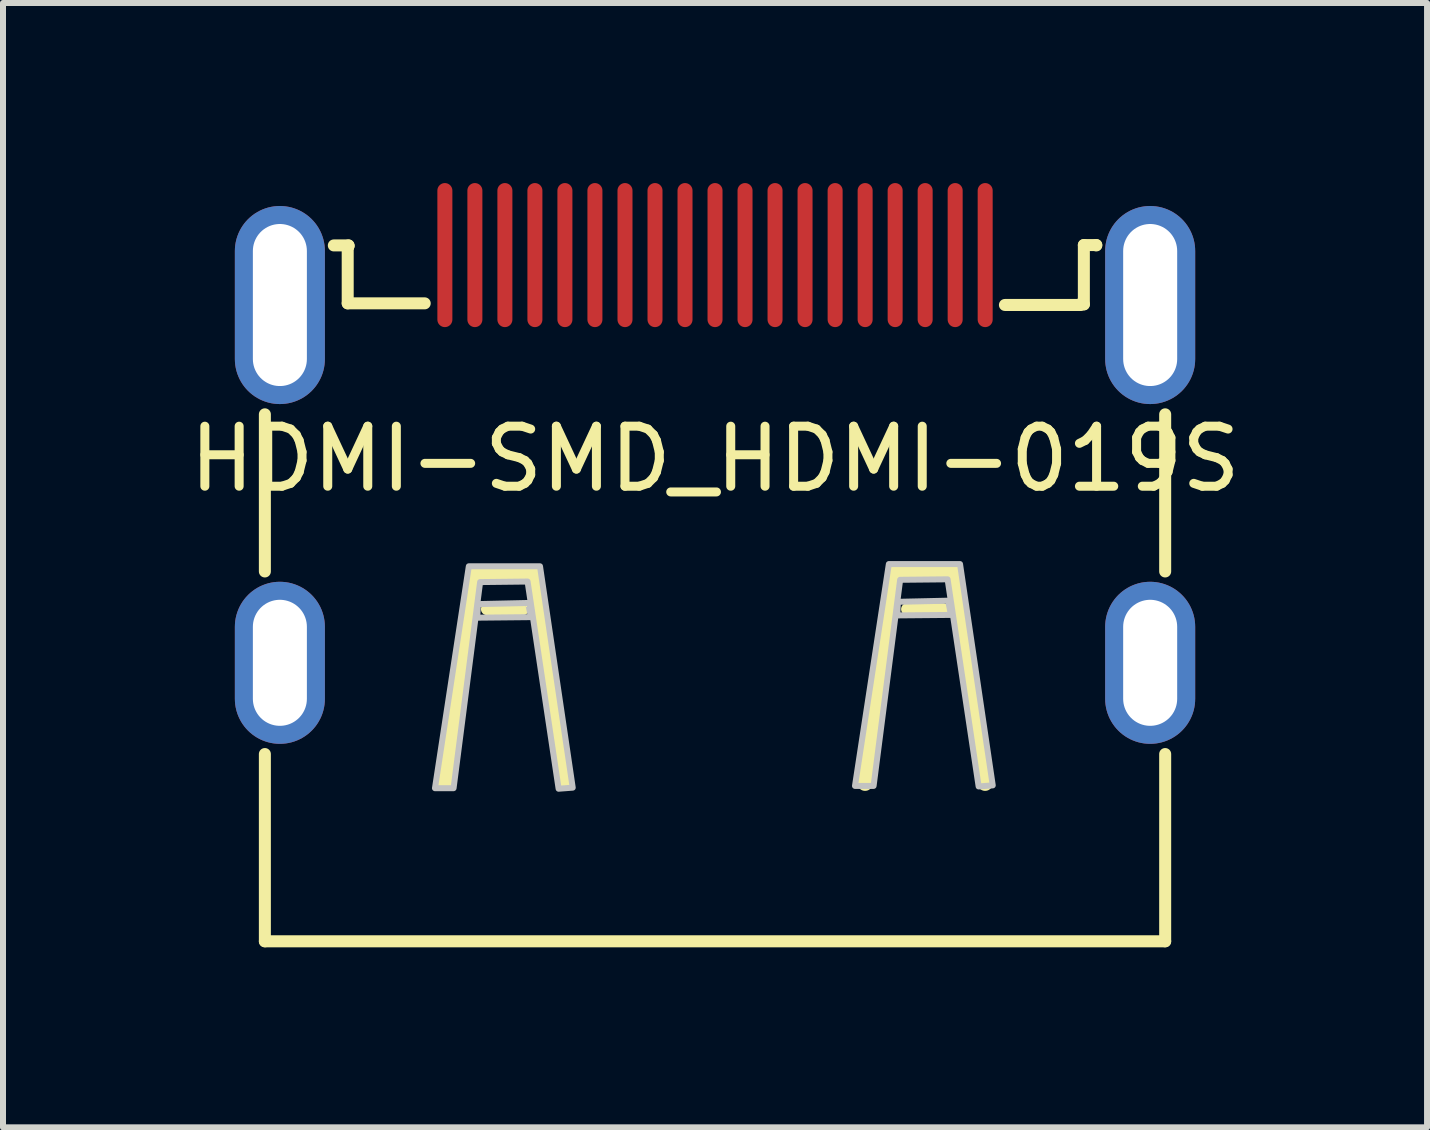
<source format=kicad_pcb>
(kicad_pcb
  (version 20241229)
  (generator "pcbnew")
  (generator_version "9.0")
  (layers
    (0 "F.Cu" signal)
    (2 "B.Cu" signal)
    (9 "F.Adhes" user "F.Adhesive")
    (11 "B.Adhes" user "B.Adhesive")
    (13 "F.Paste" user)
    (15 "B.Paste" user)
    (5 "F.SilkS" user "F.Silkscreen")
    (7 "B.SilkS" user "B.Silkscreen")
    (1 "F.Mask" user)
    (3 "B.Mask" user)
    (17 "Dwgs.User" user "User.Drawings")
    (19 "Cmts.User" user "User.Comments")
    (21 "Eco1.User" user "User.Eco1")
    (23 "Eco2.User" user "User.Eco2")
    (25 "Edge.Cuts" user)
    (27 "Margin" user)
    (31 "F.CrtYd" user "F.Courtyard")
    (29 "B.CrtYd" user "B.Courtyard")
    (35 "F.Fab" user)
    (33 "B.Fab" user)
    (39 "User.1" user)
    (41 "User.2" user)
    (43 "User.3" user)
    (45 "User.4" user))
  (footprint "HDMI-SMD_HDMI-019S"
    (layer "F.Cu")
    (at 8.863 4.596)
    (property "Reference" "HDMI-SMD_HDMI-019S" (at 0 0 0) (layer "F.SilkS") (effects (font (size 1 1) (thickness 0.15))))
    (fp_line (start -7.5 1.875) (end -7.5 -0.743) (stroke (width 0.2) (type default)) (layer "F.SilkS"))
    (fp_line (start -7.5 8.037) (end -7.5 4.917) (stroke (width 0.2) (type default)) (layer "F.SilkS"))
    (fp_line (start -7.5 8.037) (end 7.5 8.037) (stroke (width 0.2) (type default)) (layer "F.SilkS"))
    (fp_line (start -6.351 -3.557) (end -6.107 -3.557) (stroke (width 0.2) (type default)) (layer "F.SilkS"))
    (fp_line (start -6.12 -3.545) (end -6.12 -2.592) (stroke (width 0.2) (type default)) (layer "F.SilkS"))
    (fp_line (start -6.12 -2.592) (end -4.837 -2.592) (stroke (width 0.2) (type default)) (layer "F.SilkS"))
    (fp_line (start -6.107 -3.557) (end -6.107 -3.545) (stroke (width 0.2) (type default)) (layer "F.SilkS"))
    (fp_line (start -6.107 -3.545) (end -6.12 -3.545) (stroke (width 0.2) (type default)) (layer "F.SilkS"))
    (fp_line (start -4 1.904) (end -4.5 5.404) (stroke (width 0.254) (type default)) (layer "F.SilkS"))
    (fp_line (start -3.2 2.503) (end -3.8 2.503) (stroke (width 0.2) (type default)) (layer "F.SilkS"))
    (fp_line (start -3 1.904) (end -4 1.904) (stroke (width 0.254) (type default)) (layer "F.SilkS"))
    (fp_line (start -2.5 5.404) (end -3 1.904) (stroke (width 0.254) (type default)) (layer "F.SilkS"))
    (fp_line (start 2.5 5.404) (end 3 1.904) (stroke (width 0.254) (type default)) (layer "F.SilkS"))
    (fp_line (start 3 1.904) (end 4 1.904) (stroke (width 0.254) (type default)) (layer "F.SilkS"))
    (fp_line (start 3.2 2.503) (end 3.8 2.503) (stroke (width 0.2) (type default)) (layer "F.SilkS"))
    (fp_line (start 4 1.904) (end 4.5 5.404) (stroke (width 0.254) (type default)) (layer "F.SilkS"))
    (fp_line (start 4.83 -2.565) (end 6.08 -2.565) (stroke (width 0.2) (type default)) (layer "F.SilkS"))
    (fp_line (start 6.08 -2.575) (end 6.145 -2.575) (stroke (width 0.2) (type default)) (layer "F.SilkS"))
    (fp_line (start 6.08 -2.565) (end 6.08 -2.575) (stroke (width 0.2) (type default)) (layer "F.SilkS"))
    (fp_line (start 6.145 -3.563) (end 6.352 -3.563) (stroke (width 0.2) (type default)) (layer "F.SilkS"))
    (fp_line (start 6.145 -2.575) (end 6.145 -3.563) (stroke (width 0.2) (type default)) (layer "F.SilkS"))
    (fp_line (start 6.352 -3.563) (end 6.352 -3.557) (stroke (width 0.2) (type default)) (layer "F.SilkS"))
    (fp_line (start 7.5 1.875) (end 7.5 -0.743) (stroke (width 0.2) (type default)) (layer "F.SilkS"))
    (fp_line (start 7.5 8.037) (end 7.5 4.917) (stroke (width 0.2) (type default)) (layer "F.SilkS"))
    (fp_poly (pts (arc (start -4.626 -4.471) (mid -4.501 -4.596) (end -4.376 -4.471)) (arc (start -4.376 -2.321) (mid -4.501 -2.196) (end -4.626 -2.321))) (stroke (width 0) (type default)) (fill yes) (layer "F.Paste"))
    (fp_poly (pts (arc (start -4.126 -4.471) (mid -4.001 -4.596) (end -3.876 -4.471)) (arc (start -3.876 -2.321) (mid -4.001 -2.196) (end -4.126 -2.321))) (stroke (width 0) (type default)) (fill yes) (layer "F.Paste"))
    (fp_poly (pts (arc (start -3.6255 -4.471) (mid -3.5005 -4.596) (end -3.3755 -4.471)) (arc (start -3.3755 -2.321) (mid -3.5005 -2.196) (end -3.6255 -2.321))) (stroke (width 0) (type default)) (fill yes) (layer "F.Paste"))
    (fp_poly (pts (arc (start -3.1255 -4.471) (mid -3.0005 -4.596) (end -2.8755 -4.471)) (arc (start -2.8755 -2.321) (mid -3.0005 -2.196) (end -3.1255 -2.321))) (stroke (width 0) (type default)) (fill yes) (layer "F.Paste"))
    (fp_poly (pts (arc (start -2.6255 -4.471) (mid -2.5005 -4.596) (end -2.3755 -4.471)) (arc (start -2.3755 -2.321) (mid -2.5005 -2.196) (end -2.6255 -2.321))) (stroke (width 0) (type default)) (fill yes) (layer "F.Paste"))
    (fp_poly (pts (arc (start -2.1255 -4.471) (mid -2.0005 -4.596) (end -1.8755 -4.471)) (arc (start -1.8755 -2.321) (mid -2.0005 -2.196) (end -2.1255 -2.321))) (stroke (width 0) (type default)) (fill yes) (layer "F.Paste"))
    (fp_poly (pts (arc (start -1.6255 -4.471) (mid -1.5005 -4.596) (end -1.3755 -4.471)) (arc (start -1.3755 -2.321) (mid -1.5005 -2.196) (end -1.6255 -2.321))) (stroke (width 0) (type default)) (fill yes) (layer "F.Paste"))
    (fp_poly (pts (arc (start -1.125 -4.471) (mid -1 -4.594509) (end -0.875 -4.471)) (arc (start -0.875 -2.321) (mid -1 -2.197984) (end -1.125 -2.321))) (stroke (width 0) (type default)) (fill yes) (layer "F.Paste"))
    (fp_poly (pts (arc (start -0.625 -4.471) (mid -0.5 -4.594509) (end -0.375 -4.471)) (arc (start -0.375 -2.321) (mid -0.5 -2.197984) (end -0.625 -2.321))) (stroke (width 0) (type default)) (fill yes) (layer "F.Paste"))
    (fp_poly (pts (arc (start -0.125 -4.471) (mid 0 -4.596) (end 0.125 -4.471)) (arc (start 0.125 -2.321) (mid 0 -2.196) (end -0.125 -2.321))) (stroke (width 0) (type default)) (fill yes) (layer "F.Paste"))
    (fp_poly (pts (arc (start 0.375 -4.471) (mid 0.5 -4.596) (end 0.625 -4.471)) (arc (start 0.625 -2.321) (mid 0.5 -2.196) (end 0.375 -2.321))) (stroke (width 0) (type default)) (fill yes) (layer "F.Paste"))
    (fp_poly (pts (arc (start 0.875 -4.471) (mid 1 -4.596) (end 1.1255 -4.471)) (arc (start 1.1255 -2.321) (mid 1 -2.1955) (end 0.875 -2.321))) (stroke (width 0) (type default)) (fill yes) (layer "F.Paste"))
    (fp_poly (pts (arc (start 1.3755 -4.471) (mid 1.5005 -4.596) (end 1.6255 -4.471)) (arc (start 1.6255 -2.321) (mid 1.5005 -2.196) (end 1.3755 -2.321))) (stroke (width 0) (type default)) (fill yes) (layer "F.Paste"))
    (fp_poly (pts (arc (start 1.8755 -4.471) (mid 2.0005 -4.596) (end 2.1255 -4.471)) (arc (start 2.1255 -2.321) (mid 2.0005 -2.196) (end 1.8755 -2.321))) (stroke (width 0) (type default)) (fill yes) (layer "F.Paste"))
    (fp_poly (pts (arc (start 2.3755 -4.471) (mid 2.5005 -4.596) (end 2.6255 -4.471)) (arc (start 2.6255 -2.321) (mid 2.5005 -2.196) (end 2.3755 -2.321))) (stroke (width 0) (type default)) (fill yes) (layer "F.Paste"))
    (fp_poly (pts (arc (start 2.8755 -4.471) (mid 3.0005 -4.596) (end 3.1255 -4.471)) (arc (start 3.1255 -2.321) (mid 3.0005 -2.196) (end 2.8755 -2.321))) (stroke (width 0) (type default)) (fill yes) (layer "F.Paste"))
    (fp_poly (pts (arc (start 3.3755 -4.471) (mid 3.5005 -4.596) (end 3.6255 -4.471)) (arc (start 3.6255 -2.321) (mid 3.5005 -2.196) (end 3.3755 -2.321))) (stroke (width 0) (type default)) (fill yes) (layer "F.Paste"))
    (fp_poly (pts (arc (start 3.876 -4.471) (mid 4.001 -4.596) (end 4.126 -4.471)) (arc (start 4.126 -2.321) (mid 4.001 -2.196) (end 3.876 -2.321))) (stroke (width 0) (type default)) (fill yes) (layer "F.Paste"))
    (fp_poly (pts (arc (start 4.376 -4.471) (mid 4.501 -4.596) (end 4.626 -4.471)) (arc (start 4.626 -2.321) (mid 4.501 -2.196) (end 4.376 -2.321))) (stroke (width 0) (type default)) (fill yes) (layer "F.Paste"))
    (fp_poly (pts (arc (start -7.999 -3.464) (mid -7.249 -4.214) (end -6.499 -3.464)) (arc (start -6.499 -1.664) (mid -7.249 -0.914) (end -7.999 -1.664))) (stroke (width 0) (type default)) (fill yes) (layer "F.Paste"))
    (fp_poly (pts (arc (start -7.999 2.8355) (mid -7.249 2.0855) (end -6.499 2.8355)) (arc (start -6.499 4.0355) (mid -7.249 4.7855) (end -7.999 4.0355))) (stroke (width 0) (type default)) (fill yes) (layer "F.Paste"))
    (fp_poly (pts (arc (start 6.499 -3.464) (mid 7.249 -4.214) (end 7.999 -3.464)) (arc (start 7.999 -1.664) (mid 7.249 -0.914) (end 6.499 -1.664))) (stroke (width 0) (type default)) (fill yes) (layer "F.Paste"))
    (fp_poly (pts (arc (start 6.499 2.8355) (mid 7.249 2.0855) (end 7.999 2.8355)) (arc (start 7.999 4.0355) (mid 7.249 4.7855) (end 6.499 4.0355))) (stroke (width 0) (type default)) (fill yes) (layer "F.Paste"))
    (fp_poly (pts (xy -3.951 2.419) (xy -3.114 2.4) (xy -3.067 2.636) (xy -3.961 2.645)) (stroke (width 0.1) (type default)) (fill no) (layer "Dwgs.User"))
    (fp_poly (pts (xy 3.047 2.381) (xy 3.884 2.362) (xy 3.931 2.599) (xy 3.037 2.607)) (stroke (width 0.1) (type default)) (fill no) (layer "Dwgs.User"))
    (fp_poly (pts (xy -4.666 5.486) (xy -4.356 5.486) (xy -3.914 2.052) (xy -3.123 2.043) (xy -2.606 5.495) (xy -2.371 5.477) (xy -2.916 1.789) (xy -4.102 1.789)) (stroke (width 0.1) (type default)) (fill no) (layer "Dwgs.User"))
    (fp_poly (pts (xy 2.332 5.448) (xy 2.642 5.448) (xy 3.084 2.014) (xy 3.875 2.006) (xy 4.392 5.457) (xy 4.627 5.439) (xy 4.082 1.752) (xy 2.896 1.752)) (stroke (width 0.1) (type default)) (fill no) (layer "Dwgs.User"))
    (fp_poly (pts (xy -7.5 -3.564) (xy -7 -3.564) (xy -7 -1.564) (xy -7.5 -1.564)) (stroke (width 0.1) (type default)) (fill no) (layer "User.1"))
    (fp_poly (pts (xy -7.5 2.896) (xy -7 2.896) (xy -7 3.896) (xy -7.5 3.896)) (stroke (width 0.1) (type default)) (fill no) (layer "User.1"))
    (fp_poly (pts (xy -4.611 -3.596) (xy -4.391 -3.596) (xy -4.391 -2.496) (xy -4.611 -2.496)) (stroke (width 0.1) (type default)) (fill no) (layer "User.1"))
    (fp_poly (pts (xy -4.111 -3.596) (xy -3.89 -3.596) (xy -3.89 -2.496) (xy -4.111 -2.496)) (stroke (width 0.1) (type default)) (fill no) (layer "User.1"))
    (fp_poly (pts (xy -3.611 -3.596) (xy -3.39 -3.596) (xy -3.39 -2.496) (xy -3.611 -2.496)) (stroke (width 0.1) (type default)) (fill no) (layer "User.1"))
    (fp_poly (pts (xy -3.111 -3.596) (xy -2.89 -3.596) (xy -2.89 -2.496) (xy -3.111 -2.496)) (stroke (width 0.1) (type default)) (fill no) (layer "User.1"))
    (fp_poly (pts (xy -2.611 -3.596) (xy -2.39 -3.596) (xy -2.39 -2.496) (xy -2.611 -2.496)) (stroke (width 0.1) (type default)) (fill no) (layer "User.1"))
    (fp_poly (pts (xy -2.111 -3.596) (xy -1.891 -3.596) (xy -1.891 -2.496) (xy -2.111 -2.496)) (stroke (width 0.1) (type default)) (fill no) (layer "User.1"))
    (fp_poly (pts (xy -1.611 -3.596) (xy -1.391 -3.596) (xy -1.391 -2.496) (xy -1.611 -2.496)) (stroke (width 0.1) (type default)) (fill no) (layer "User.1"))
    (fp_poly (pts (xy -1.11 -3.596) (xy -0.89 -3.596) (xy -0.89 -2.496) (xy -1.11 -2.496)) (stroke (width 0.1) (type default)) (fill no) (layer "User.1"))
    (fp_poly (pts (xy -0.61 -3.596) (xy -0.39 -3.596) (xy -0.39 -2.496) (xy -0.61 -2.496)) (stroke (width 0.1) (type default)) (fill no) (layer "User.1"))
    (fp_poly (pts (xy -0.11 -3.596) (xy 0.11 -3.596) (xy 0.11 -2.496) (xy -0.11 -2.496)) (stroke (width 0.1) (type default)) (fill no) (layer "User.1"))
    (fp_poly (pts (xy 0.39 -3.596) (xy 0.61 -3.596) (xy 0.61 -2.496) (xy 0.39 -2.496)) (stroke (width 0.1) (type default)) (fill no) (layer "User.1"))
    (fp_poly (pts (xy 0.89 -3.596) (xy 1.111 -3.596) (xy 1.111 -2.496) (xy 0.89 -2.496)) (stroke (width 0.1) (type default)) (fill no) (layer "User.1"))
    (fp_poly (pts (xy 1.391 -3.596) (xy 1.611 -3.596) (xy 1.611 -2.496) (xy 1.391 -2.496)) (stroke (width 0.1) (type default)) (fill no) (layer "User.1"))
    (fp_poly (pts (xy 1.891 -3.596) (xy 2.111 -3.596) (xy 2.111 -2.496) (xy 1.891 -2.496)) (stroke (width 0.1) (type default)) (fill no) (layer "User.1"))
    (fp_poly (pts (xy 2.39 -3.596) (xy 2.611 -3.596) (xy 2.611 -2.496) (xy 2.39 -2.496)) (stroke (width 0.1) (type default)) (fill no) (layer "User.1"))
    (fp_poly (pts (xy 2.89 -3.596) (xy 3.111 -3.596) (xy 3.111 -2.496) (xy 2.89 -2.496)) (stroke (width 0.1) (type default)) (fill no) (layer "User.1"))
    (fp_poly (pts (xy 3.39 -3.596) (xy 3.611 -3.596) (xy 3.611 -2.496) (xy 3.39 -2.496)) (stroke (width 0.1) (type default)) (fill no) (layer "User.1"))
    (fp_poly (pts (xy 3.891 -3.596) (xy 4.111 -3.596) (xy 4.111 -2.496) (xy 3.891 -2.496)) (stroke (width 0.1) (type default)) (fill no) (layer "User.1"))
    (fp_poly (pts (xy 4.391 -3.596) (xy 4.611 -3.596) (xy 4.611 -2.496) (xy 4.391 -2.496)) (stroke (width 0.1) (type default)) (fill no) (layer "User.1"))
    (fp_poly (pts (xy 7 -3.564) (xy 7.5 -3.564) (xy 7.5 -1.564) (xy 7 -1.564)) (stroke (width 0.1) (type default)) (fill no) (layer "User.1"))
    (fp_poly (pts (xy 7 2.896) (xy 7.5 2.896) (xy 7.5 3.896) (xy 7 3.896)) (stroke (width 0.1) (type default)) (fill no) (layer "User.1"))
    (fp_line (start -7.5 -3.563) (end -6.1 -3.563) (stroke (width 0.051) (type default)) (layer "User.2"))
    (fp_line (start -7.5 8.037) (end -7.5 -3.563) (stroke (width 0.051) (type default)) (layer "User.2"))
    (fp_line (start -6.1 -3.563) (end -6.1 -2.567) (stroke (width 0.051) (type default)) (layer "User.2"))
    (fp_line (start -6.1 -2.567) (end 6.1 -2.567) (stroke (width 0.051) (type default)) (layer "User.2"))
    (fp_line (start 6.1 -3.563) (end 7.5 -3.563) (stroke (width 0.051) (type default)) (layer "User.2"))
    (fp_line (start 6.1 -2.567) (end 6.1 -3.563) (stroke (width 0.051) (type default)) (layer "User.2"))
    (fp_line (start 7.5 -3.563) (end 7.5 8.037) (stroke (width 0.051) (type default)) (layer "User.2"))
    (fp_line (start 7.5 8.037) (end -7.5 8.037) (stroke (width 0.051) (type default)) (layer "User.2"))
    (fp_poly (pts (xy 7.56 -3.596) (xy 7.542 -3.638) (xy 7.5 -3.656) (xy 7.458 -3.638) (xy 7.44 -3.596) (xy 7.458 -3.554) (xy 7.5 -3.536) (xy 7.542 -3.554)) (stroke (width 0.1) (type default)) (fill no) (layer "User.3"))
    (pad "1" smd oval (at 4.501 -3.396) (size 0.25 2.4) (layers "F.Cu" "F.Mask" "F.Paste"))
    (pad "2" smd oval (at 4.001 -3.396) (size 0.25 2.4) (layers "F.Cu" "F.Mask" "F.Paste"))
    (pad "3" smd oval (at 3.501 -3.396) (size 0.25 2.4) (layers "F.Cu" "F.Mask" "F.Paste"))
    (pad "4" smd oval (at 3.001 -3.396) (size 0.25 2.4) (layers "F.Cu" "F.Mask" "F.Paste"))
    (pad "5" smd oval (at 2.501 -3.396) (size 0.25 2.4) (layers "F.Cu" "F.Mask" "F.Paste"))
    (pad "6" smd oval (at 2.001 -3.396) (size 0.25 2.4) (layers "F.Cu" "F.Mask" "F.Paste"))
    (pad "7" smd oval (at 1.5 -3.396) (size 0.25 2.4) (layers "F.Cu" "F.Mask" "F.Paste"))
    (pad "8" smd oval (at 1 -3.396) (size 0.25 2.4) (layers "F.Cu" "F.Mask" "F.Paste"))
    (pad "9" smd oval (at 0.5 -3.396) (size 0.25 2.4) (layers "F.Cu" "F.Mask" "F.Paste"))
    (pad "10" smd oval (at 0 -3.396) (size 0.25 2.4) (layers "F.Cu" "F.Mask" "F.Paste"))
    (pad "11" smd oval (at -0.5 -3.396) (size 0.25 2.4) (layers "F.Cu" "F.Mask" "F.Paste"))
    (pad "12" smd oval (at -1 -3.396) (size 0.25 2.4) (layers "F.Cu" "F.Mask" "F.Paste"))
    (pad "13" smd oval (at -1.5 -3.396) (size 0.25 2.4) (layers "F.Cu" "F.Mask" "F.Paste"))
    (pad "14" smd oval (at -2.001 -3.396) (size 0.25 2.4) (layers "F.Cu" "F.Mask" "F.Paste"))
    (pad "15" smd oval (at -2.501 -3.396) (size 0.25 2.4) (layers "F.Cu" "F.Mask" "F.Paste"))
    (pad "16" smd oval (at -3.001 -3.396) (size 0.25 2.4) (layers "F.Cu" "F.Mask" "F.Paste"))
    (pad "17" smd oval (at -3.501 -3.396) (size 0.25 2.4) (layers "F.Cu" "F.Mask" "F.Paste"))
    (pad "18" smd oval (at -4.001 -3.396) (size 0.25 2.4) (layers "F.Cu" "F.Mask" "F.Paste"))
    (pad "19" smd oval (at -4.501 -3.396) (size 0.25 2.4) (layers "F.Cu" "F.Mask" "F.Paste"))
    (pad "20" thru_hole oval (at 7.25 3.397) (size 1.5 2.7) (drill oval 0.9 2.1) (layers "*.Cu" "*.Mask"))
    (pad "21" thru_hole oval (at -7.25 3.397) (size 1.5 2.7) (drill oval 0.9 2.1) (layers "*.Cu" "*.Mask"))
    (pad "22" thru_hole oval (at 7.25 -2.564) (size 1.5 3.3) (drill oval 0.9 2.7) (layers "*.Cu" "*.Mask"))
    (pad "23" thru_hole oval (at -7.25 -2.564) (size 1.5 3.3) (drill oval 0.9 2.7) (layers "*.Cu" "*.Mask")))
  (gr_rect
    (start -3 -3)
    (end 20.726 15.732)
    (stroke (width 0.1) (type default))
    (fill no)
    (layer "Edge.Cuts")))
</source>
